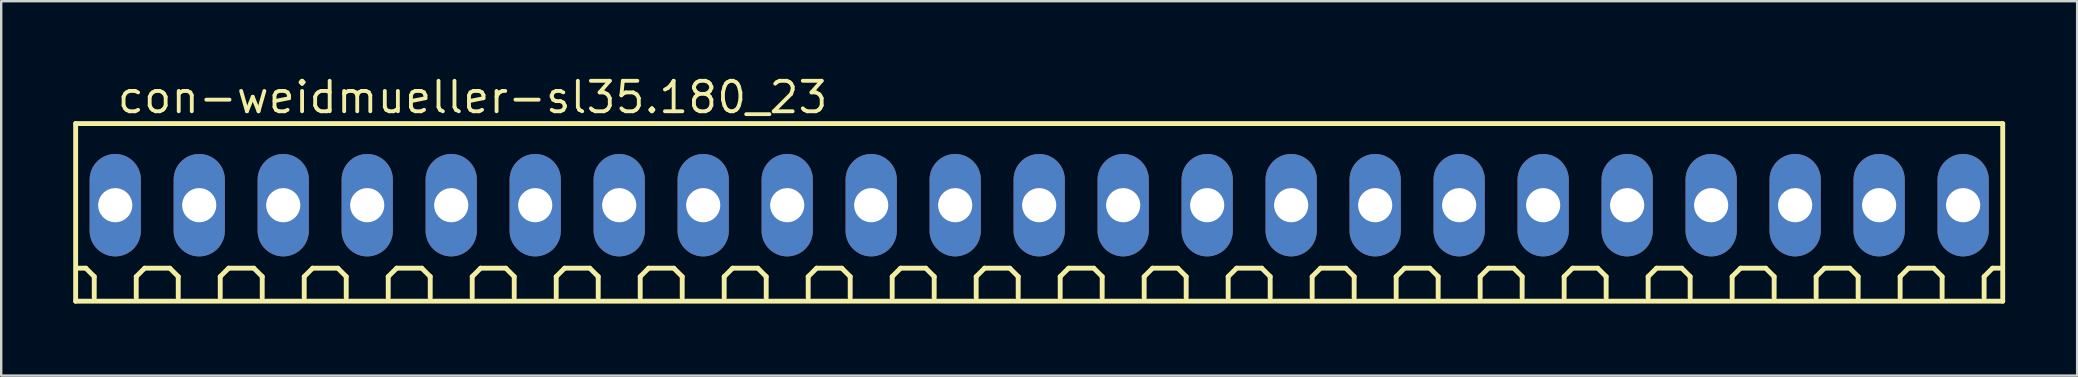
<source format=kicad_pcb>
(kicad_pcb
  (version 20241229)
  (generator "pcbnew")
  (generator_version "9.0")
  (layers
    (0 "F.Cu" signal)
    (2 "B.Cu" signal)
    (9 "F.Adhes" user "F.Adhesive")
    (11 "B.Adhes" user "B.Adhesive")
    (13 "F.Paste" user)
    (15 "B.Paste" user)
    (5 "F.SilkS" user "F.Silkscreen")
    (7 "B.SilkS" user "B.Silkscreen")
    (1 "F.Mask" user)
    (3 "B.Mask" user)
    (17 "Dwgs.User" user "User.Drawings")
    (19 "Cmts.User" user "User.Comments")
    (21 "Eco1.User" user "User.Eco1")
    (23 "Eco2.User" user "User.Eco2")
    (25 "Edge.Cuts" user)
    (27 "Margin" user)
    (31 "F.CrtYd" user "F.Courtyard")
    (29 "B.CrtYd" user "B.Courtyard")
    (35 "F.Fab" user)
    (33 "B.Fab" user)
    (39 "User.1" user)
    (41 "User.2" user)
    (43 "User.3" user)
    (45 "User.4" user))
  (footprint "con-weidmueller-sl35.180_23"
    (layer "F.Cu")
    (at 40.252 5.5)
    (property "Reference" "con-weidmueller-sl35.180_23" (at -38.5 -3.75 0) (layer "F.SilkS") (effects (font (size 1.27 1.27) (thickness 0.16)) (justify left bottom)))
    (attr through_hole)
    (fp_line (start -40.15 -3.4) (end 40.15 -3.4) (stroke (width 0.203) (type default)) (layer "F.SilkS"))
    (fp_line (start -40.15 4) (end -40.15 -3.4) (stroke (width 0.203) (type default)) (layer "F.SilkS"))
    (fp_line (start -39.725 2.625) (end -40.075 2.625) (stroke (width 0.203) (type default)) (layer "F.SilkS"))
    (fp_line (start -39.375 2.975) (end -39.725 2.625) (stroke (width 0.203) (type default)) (layer "F.SilkS"))
    (fp_line (start -39.375 3.85) (end -39.375 2.975) (stroke (width 0.203) (type default)) (layer "F.SilkS"))
    (fp_line (start -37.625 2.975) (end -37.275 2.625) (stroke (width 0.203) (type default)) (layer "F.SilkS"))
    (fp_line (start -37.625 3.85) (end -37.625 2.975) (stroke (width 0.203) (type default)) (layer "F.SilkS"))
    (fp_line (start -37.275 2.625) (end -36.225 2.625) (stroke (width 0.203) (type default)) (layer "F.SilkS"))
    (fp_line (start -36.225 2.625) (end -35.875 2.975) (stroke (width 0.203) (type default)) (layer "F.SilkS"))
    (fp_line (start -35.875 2.975) (end -35.875 3.85) (stroke (width 0.203) (type default)) (layer "F.SilkS"))
    (fp_line (start -34.125 2.975) (end -33.775 2.625) (stroke (width 0.203) (type default)) (layer "F.SilkS"))
    (fp_line (start -34.125 3.85) (end -34.125 2.975) (stroke (width 0.203) (type default)) (layer "F.SilkS"))
    (fp_line (start -33.775 2.625) (end -32.725 2.625) (stroke (width 0.203) (type default)) (layer "F.SilkS"))
    (fp_line (start -32.725 2.625) (end -32.375 2.975) (stroke (width 0.203) (type default)) (layer "F.SilkS"))
    (fp_line (start -32.375 2.975) (end -32.375 3.85) (stroke (width 0.203) (type default)) (layer "F.SilkS"))
    (fp_line (start -30.625 2.975) (end -30.275 2.625) (stroke (width 0.203) (type default)) (layer "F.SilkS"))
    (fp_line (start -30.625 3.85) (end -30.625 2.975) (stroke (width 0.203) (type default)) (layer "F.SilkS"))
    (fp_line (start -30.275 2.625) (end -29.225 2.625) (stroke (width 0.203) (type default)) (layer "F.SilkS"))
    (fp_line (start -29.225 2.625) (end -28.875 2.975) (stroke (width 0.203) (type default)) (layer "F.SilkS"))
    (fp_line (start -28.875 2.975) (end -28.875 3.85) (stroke (width 0.203) (type default)) (layer "F.SilkS"))
    (fp_line (start -27.125 2.975) (end -26.775 2.625) (stroke (width 0.203) (type default)) (layer "F.SilkS"))
    (fp_line (start -27.125 3.85) (end -27.125 2.975) (stroke (width 0.203) (type default)) (layer "F.SilkS"))
    (fp_line (start -26.775 2.625) (end -25.725 2.625) (stroke (width 0.203) (type default)) (layer "F.SilkS"))
    (fp_line (start -25.725 2.625) (end -25.375 2.975) (stroke (width 0.203) (type default)) (layer "F.SilkS"))
    (fp_line (start -25.375 2.975) (end -25.375 3.85) (stroke (width 0.203) (type default)) (layer "F.SilkS"))
    (fp_line (start -23.625 2.975) (end -23.275 2.625) (stroke (width 0.203) (type default)) (layer "F.SilkS"))
    (fp_line (start -23.625 3.85) (end -23.625 2.975) (stroke (width 0.203) (type default)) (layer "F.SilkS"))
    (fp_line (start -23.275 2.625) (end -22.225 2.625) (stroke (width 0.203) (type default)) (layer "F.SilkS"))
    (fp_line (start -22.225 2.625) (end -21.875 2.975) (stroke (width 0.203) (type default)) (layer "F.SilkS"))
    (fp_line (start -21.875 2.975) (end -21.875 3.85) (stroke (width 0.203) (type default)) (layer "F.SilkS"))
    (fp_line (start -20.125 2.975) (end -19.775 2.625) (stroke (width 0.203) (type default)) (layer "F.SilkS"))
    (fp_line (start -20.125 3.85) (end -20.125 2.975) (stroke (width 0.203) (type default)) (layer "F.SilkS"))
    (fp_line (start -19.775 2.625) (end -18.725 2.625) (stroke (width 0.203) (type default)) (layer "F.SilkS"))
    (fp_line (start -18.725 2.625) (end -18.375 2.975) (stroke (width 0.203) (type default)) (layer "F.SilkS"))
    (fp_line (start -18.375 2.975) (end -18.375 3.85) (stroke (width 0.203) (type default)) (layer "F.SilkS"))
    (fp_line (start -16.625 2.975) (end -16.275 2.625) (stroke (width 0.203) (type default)) (layer "F.SilkS"))
    (fp_line (start -16.625 3.85) (end -16.625 2.975) (stroke (width 0.203) (type default)) (layer "F.SilkS"))
    (fp_line (start -16.275 2.625) (end -15.225 2.625) (stroke (width 0.203) (type default)) (layer "F.SilkS"))
    (fp_line (start -15.225 2.625) (end -14.875 2.975) (stroke (width 0.203) (type default)) (layer "F.SilkS"))
    (fp_line (start -14.875 2.975) (end -14.875 3.85) (stroke (width 0.203) (type default)) (layer "F.SilkS"))
    (fp_line (start -13.125 2.975) (end -12.775 2.625) (stroke (width 0.203) (type default)) (layer "F.SilkS"))
    (fp_line (start -13.125 3.85) (end -13.125 2.975) (stroke (width 0.203) (type default)) (layer "F.SilkS"))
    (fp_line (start -12.775 2.625) (end -11.725 2.625) (stroke (width 0.203) (type default)) (layer "F.SilkS"))
    (fp_line (start -11.725 2.625) (end -11.375 2.975) (stroke (width 0.203) (type default)) (layer "F.SilkS"))
    (fp_line (start -11.375 2.975) (end -11.375 3.85) (stroke (width 0.203) (type default)) (layer "F.SilkS"))
    (fp_line (start -9.625 2.975) (end -9.275 2.625) (stroke (width 0.203) (type default)) (layer "F.SilkS"))
    (fp_line (start -9.625 3.85) (end -9.625 2.975) (stroke (width 0.203) (type default)) (layer "F.SilkS"))
    (fp_line (start -9.275 2.625) (end -8.225 2.625) (stroke (width 0.203) (type default)) (layer "F.SilkS"))
    (fp_line (start -8.225 2.625) (end -7.875 2.975) (stroke (width 0.203) (type default)) (layer "F.SilkS"))
    (fp_line (start -7.875 2.975) (end -7.875 3.85) (stroke (width 0.203) (type default)) (layer "F.SilkS"))
    (fp_line (start -6.125 2.975) (end -5.775 2.625) (stroke (width 0.203) (type default)) (layer "F.SilkS"))
    (fp_line (start -6.125 3.85) (end -6.125 2.975) (stroke (width 0.203) (type default)) (layer "F.SilkS"))
    (fp_line (start -5.775 2.625) (end -4.725 2.625) (stroke (width 0.203) (type default)) (layer "F.SilkS"))
    (fp_line (start -4.725 2.625) (end -4.375 2.975) (stroke (width 0.203) (type default)) (layer "F.SilkS"))
    (fp_line (start -4.375 2.975) (end -4.375 3.85) (stroke (width 0.203) (type default)) (layer "F.SilkS"))
    (fp_line (start -2.625 2.975) (end -2.275 2.625) (stroke (width 0.203) (type default)) (layer "F.SilkS"))
    (fp_line (start -2.625 3.85) (end -2.625 2.975) (stroke (width 0.203) (type default)) (layer "F.SilkS"))
    (fp_line (start -2.275 2.625) (end -1.225 2.625) (stroke (width 0.203) (type default)) (layer "F.SilkS"))
    (fp_line (start -1.225 2.625) (end -0.875 2.975) (stroke (width 0.203) (type default)) (layer "F.SilkS"))
    (fp_line (start -0.875 2.975) (end -0.875 3.85) (stroke (width 0.203) (type default)) (layer "F.SilkS"))
    (fp_line (start 0.875 2.975) (end 1.225 2.625) (stroke (width 0.203) (type default)) (layer "F.SilkS"))
    (fp_line (start 0.875 3.85) (end 0.875 2.975) (stroke (width 0.203) (type default)) (layer "F.SilkS"))
    (fp_line (start 1.225 2.625) (end 2.275 2.625) (stroke (width 0.203) (type default)) (layer "F.SilkS"))
    (fp_line (start 2.275 2.625) (end 2.625 2.975) (stroke (width 0.203) (type default)) (layer "F.SilkS"))
    (fp_line (start 2.625 2.975) (end 2.625 3.85) (stroke (width 0.203) (type default)) (layer "F.SilkS"))
    (fp_line (start 4.375 2.975) (end 4.725 2.625) (stroke (width 0.203) (type default)) (layer "F.SilkS"))
    (fp_line (start 4.375 3.85) (end 4.375 2.975) (stroke (width 0.203) (type default)) (layer "F.SilkS"))
    (fp_line (start 4.725 2.625) (end 5.775 2.625) (stroke (width 0.203) (type default)) (layer "F.SilkS"))
    (fp_line (start 5.775 2.625) (end 6.125 2.975) (stroke (width 0.203) (type default)) (layer "F.SilkS"))
    (fp_line (start 6.125 2.975) (end 6.125 3.85) (stroke (width 0.203) (type default)) (layer "F.SilkS"))
    (fp_line (start 7.875 2.975) (end 8.225 2.625) (stroke (width 0.203) (type default)) (layer "F.SilkS"))
    (fp_line (start 7.875 3.85) (end 7.875 2.975) (stroke (width 0.203) (type default)) (layer "F.SilkS"))
    (fp_line (start 8.225 2.625) (end 9.275 2.625) (stroke (width 0.203) (type default)) (layer "F.SilkS"))
    (fp_line (start 9.275 2.625) (end 9.625 2.975) (stroke (width 0.203) (type default)) (layer "F.SilkS"))
    (fp_line (start 9.625 2.975) (end 9.625 3.85) (stroke (width 0.203) (type default)) (layer "F.SilkS"))
    (fp_line (start 11.375 2.975) (end 11.725 2.625) (stroke (width 0.203) (type default)) (layer "F.SilkS"))
    (fp_line (start 11.375 3.85) (end 11.375 2.975) (stroke (width 0.203) (type default)) (layer "F.SilkS"))
    (fp_line (start 11.725 2.625) (end 12.775 2.625) (stroke (width 0.203) (type default)) (layer "F.SilkS"))
    (fp_line (start 12.775 2.625) (end 13.125 2.975) (stroke (width 0.203) (type default)) (layer "F.SilkS"))
    (fp_line (start 13.125 2.975) (end 13.125 3.85) (stroke (width 0.203) (type default)) (layer "F.SilkS"))
    (fp_line (start 14.875 2.975) (end 15.225 2.625) (stroke (width 0.203) (type default)) (layer "F.SilkS"))
    (fp_line (start 14.875 3.85) (end 14.875 2.975) (stroke (width 0.203) (type default)) (layer "F.SilkS"))
    (fp_line (start 15.225 2.625) (end 16.275 2.625) (stroke (width 0.203) (type default)) (layer "F.SilkS"))
    (fp_line (start 16.275 2.625) (end 16.625 2.975) (stroke (width 0.203) (type default)) (layer "F.SilkS"))
    (fp_line (start 16.625 2.975) (end 16.625 3.85) (stroke (width 0.203) (type default)) (layer "F.SilkS"))
    (fp_line (start 18.375 2.975) (end 18.725 2.625) (stroke (width 0.203) (type default)) (layer "F.SilkS"))
    (fp_line (start 18.375 3.85) (end 18.375 2.975) (stroke (width 0.203) (type default)) (layer "F.SilkS"))
    (fp_line (start 18.725 2.625) (end 19.775 2.625) (stroke (width 0.203) (type default)) (layer "F.SilkS"))
    (fp_line (start 19.775 2.625) (end 20.125 2.975) (stroke (width 0.203) (type default)) (layer "F.SilkS"))
    (fp_line (start 20.125 2.975) (end 20.125 3.85) (stroke (width 0.203) (type default)) (layer "F.SilkS"))
    (fp_line (start 21.875 2.975) (end 22.225 2.625) (stroke (width 0.203) (type default)) (layer "F.SilkS"))
    (fp_line (start 21.875 3.85) (end 21.875 2.975) (stroke (width 0.203) (type default)) (layer "F.SilkS"))
    (fp_line (start 22.225 2.625) (end 23.275 2.625) (stroke (width 0.203) (type default)) (layer "F.SilkS"))
    (fp_line (start 23.275 2.625) (end 23.625 2.975) (stroke (width 0.203) (type default)) (layer "F.SilkS"))
    (fp_line (start 23.625 2.975) (end 23.625 3.85) (stroke (width 0.203) (type default)) (layer "F.SilkS"))
    (fp_line (start 25.375 2.975) (end 25.725 2.625) (stroke (width 0.203) (type default)) (layer "F.SilkS"))
    (fp_line (start 25.375 3.85) (end 25.375 2.975) (stroke (width 0.203) (type default)) (layer "F.SilkS"))
    (fp_line (start 25.725 2.625) (end 26.775 2.625) (stroke (width 0.203) (type default)) (layer "F.SilkS"))
    (fp_line (start 26.775 2.625) (end 27.125 2.975) (stroke (width 0.203) (type default)) (layer "F.SilkS"))
    (fp_line (start 27.125 2.975) (end 27.125 3.85) (stroke (width 0.203) (type default)) (layer "F.SilkS"))
    (fp_line (start 28.875 2.975) (end 29.225 2.625) (stroke (width 0.203) (type default)) (layer "F.SilkS"))
    (fp_line (start 28.875 3.85) (end 28.875 2.975) (stroke (width 0.203) (type default)) (layer "F.SilkS"))
    (fp_line (start 29.225 2.625) (end 30.275 2.625) (stroke (width 0.203) (type default)) (layer "F.SilkS"))
    (fp_line (start 30.275 2.625) (end 30.625 2.975) (stroke (width 0.203) (type default)) (layer "F.SilkS"))
    (fp_line (start 30.625 2.975) (end 30.625 3.85) (stroke (width 0.203) (type default)) (layer "F.SilkS"))
    (fp_line (start 32.375 2.975) (end 32.725 2.625) (stroke (width 0.203) (type default)) (layer "F.SilkS"))
    (fp_line (start 32.375 3.85) (end 32.375 2.975) (stroke (width 0.203) (type default)) (layer "F.SilkS"))
    (fp_line (start 32.725 2.625) (end 33.775 2.625) (stroke (width 0.203) (type default)) (layer "F.SilkS"))
    (fp_line (start 33.775 2.625) (end 34.125 2.975) (stroke (width 0.203) (type default)) (layer "F.SilkS"))
    (fp_line (start 34.125 2.975) (end 34.125 3.85) (stroke (width 0.203) (type default)) (layer "F.SilkS"))
    (fp_line (start 35.875 2.975) (end 36.225 2.625) (stroke (width 0.203) (type default)) (layer "F.SilkS"))
    (fp_line (start 35.875 3.85) (end 35.875 2.975) (stroke (width 0.203) (type default)) (layer "F.SilkS"))
    (fp_line (start 36.225 2.625) (end 37.275 2.625) (stroke (width 0.203) (type default)) (layer "F.SilkS"))
    (fp_line (start 37.275 2.625) (end 37.625 2.975) (stroke (width 0.203) (type default)) (layer "F.SilkS"))
    (fp_line (start 37.625 2.975) (end 37.625 3.85) (stroke (width 0.203) (type default)) (layer "F.SilkS"))
    (fp_line (start 39.375 2.975) (end 39.725 2.625) (stroke (width 0.203) (type default)) (layer "F.SilkS"))
    (fp_line (start 39.375 3.85) (end 39.375 2.975) (stroke (width 0.203) (type default)) (layer "F.SilkS"))
    (fp_line (start 39.725 2.625) (end 40.075 2.625) (stroke (width 0.203) (type default)) (layer "F.SilkS"))
    (fp_line (start 40.15 -3.4) (end 40.15 4) (stroke (width 0.203) (type default)) (layer "F.SilkS"))
    (fp_line (start 40.15 4) (end -40.15 4) (stroke (width 0.203) (type default)) (layer "F.SilkS"))
    (pad "1" thru_hole oval (at -38.5 0 90) (size 4.267 2.134) (drill 1.422) (layers "*.Cu" "*.Mask"))
    (pad "2" thru_hole oval (at -35 0 90) (size 4.267 2.134) (drill 1.422) (layers "*.Cu" "*.Mask"))
    (pad "3" thru_hole oval (at -31.5 0 90) (size 4.267 2.134) (drill 1.422) (layers "*.Cu" "*.Mask"))
    (pad "4" thru_hole oval (at -28 0 90) (size 4.267 2.134) (drill 1.422) (layers "*.Cu" "*.Mask"))
    (pad "5" thru_hole oval (at -24.5 0 90) (size 4.267 2.134) (drill 1.422) (layers "*.Cu" "*.Mask"))
    (pad "6" thru_hole oval (at -21 0 90) (size 4.267 2.134) (drill 1.422) (layers "*.Cu" "*.Mask"))
    (pad "7" thru_hole oval (at -17.5 0 90) (size 4.267 2.134) (drill 1.422) (layers "*.Cu" "*.Mask"))
    (pad "8" thru_hole oval (at -14 0 90) (size 4.267 2.134) (drill 1.422) (layers "*.Cu" "*.Mask"))
    (pad "9" thru_hole oval (at -10.5 0 90) (size 4.267 2.134) (drill 1.422) (layers "*.Cu" "*.Mask"))
    (pad "10" thru_hole oval (at -7 0 90) (size 4.267 2.134) (drill 1.422) (layers "*.Cu" "*.Mask"))
    (pad "11" thru_hole oval (at -3.5 0 90) (size 4.267 2.134) (drill 1.422) (layers "*.Cu" "*.Mask"))
    (pad "12" thru_hole oval (at 0 0 90) (size 4.267 2.134) (drill 1.422) (layers "*.Cu" "*.Mask"))
    (pad "13" thru_hole oval (at 3.5 0 90) (size 4.267 2.134) (drill 1.422) (layers "*.Cu" "*.Mask"))
    (pad "14" thru_hole oval (at 7 0 90) (size 4.267 2.134) (drill 1.422) (layers "*.Cu" "*.Mask"))
    (pad "15" thru_hole oval (at 10.5 0 90) (size 4.267 2.134) (drill 1.422) (layers "*.Cu" "*.Mask"))
    (pad "16" thru_hole oval (at 14 0 90) (size 4.267 2.134) (drill 1.422) (layers "*.Cu" "*.Mask"))
    (pad "17" thru_hole oval (at 17.5 0 90) (size 4.267 2.134) (drill 1.422) (layers "*.Cu" "*.Mask"))
    (pad "18" thru_hole oval (at 21 0 90) (size 4.267 2.134) (drill 1.422) (layers "*.Cu" "*.Mask"))
    (pad "19" thru_hole oval (at 24.5 0 90) (size 4.267 2.134) (drill 1.422) (layers "*.Cu" "*.Mask"))
    (pad "20" thru_hole oval (at 28 0 90) (size 4.267 2.134) (drill 1.422) (layers "*.Cu" "*.Mask"))
    (pad "21" thru_hole oval (at 31.5 0 90) (size 4.267 2.134) (drill 1.422) (layers "*.Cu" "*.Mask"))
    (pad "22" thru_hole oval (at 35 0 90) (size 4.267 2.134) (drill 1.422) (layers "*.Cu" "*.Mask"))
    (pad "23" thru_hole oval (at 38.5 0 90) (size 4.267 2.134) (drill 1.422) (layers "*.Cu" "*.Mask")))
  (gr_rect
    (start -3 -3)
    (end 83.503 12.602)
    (stroke (width 0.1) (type default))
    (fill no)
    (layer "Edge.Cuts")))
</source>
